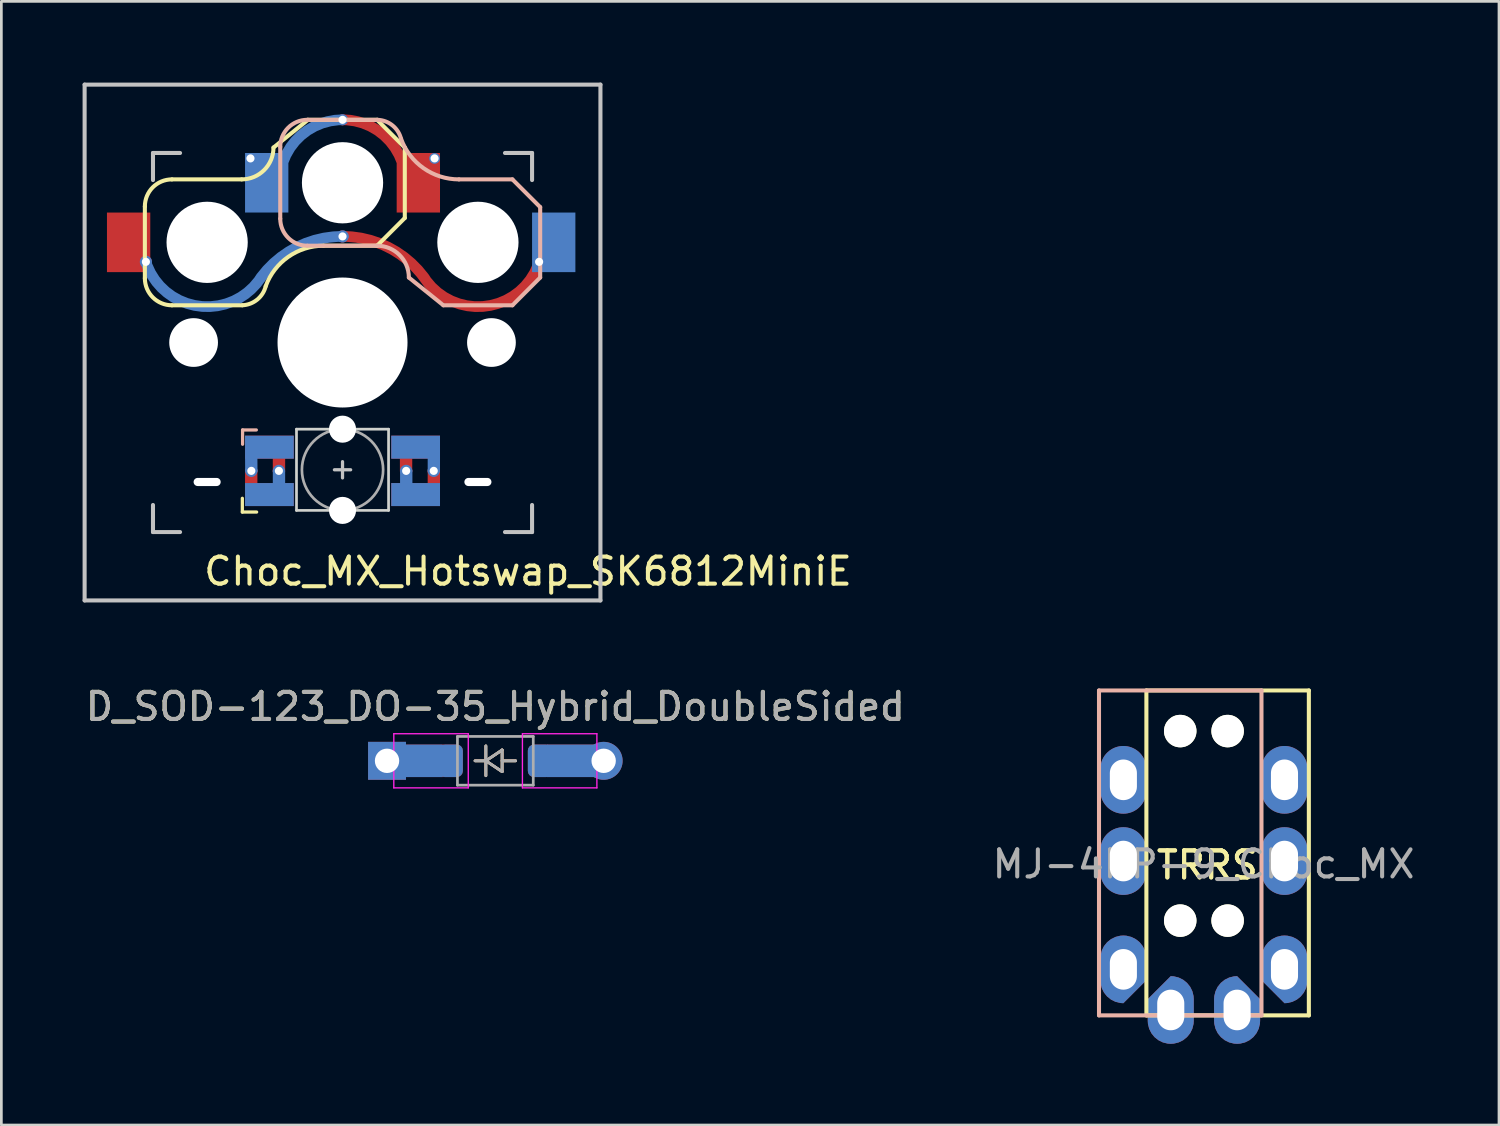
<source format=kicad_pcb>
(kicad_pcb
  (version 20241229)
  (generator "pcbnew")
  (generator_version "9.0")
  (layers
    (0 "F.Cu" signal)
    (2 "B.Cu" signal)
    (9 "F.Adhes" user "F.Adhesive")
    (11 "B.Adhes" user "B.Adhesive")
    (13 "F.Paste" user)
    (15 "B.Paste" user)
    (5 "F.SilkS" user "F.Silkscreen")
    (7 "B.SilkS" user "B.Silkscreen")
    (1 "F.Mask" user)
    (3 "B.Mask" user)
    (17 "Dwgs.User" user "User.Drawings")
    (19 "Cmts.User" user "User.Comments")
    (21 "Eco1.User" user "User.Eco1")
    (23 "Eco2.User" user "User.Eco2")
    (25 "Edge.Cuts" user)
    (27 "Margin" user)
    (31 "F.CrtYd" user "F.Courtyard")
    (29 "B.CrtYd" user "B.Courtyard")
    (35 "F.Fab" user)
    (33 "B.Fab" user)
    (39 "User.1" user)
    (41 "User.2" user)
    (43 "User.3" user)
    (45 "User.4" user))
  (footprint "D_SOD-123_DO-35_Hybrid_DoubleSided"
    (layer "F.Cu")
    (at 15.244 25.048)
    (property "Reference" "D_SOD-123_DO-35_Hybrid_DoubleSided" (at 0 -2 0) (layer "F.SilkS") (effects (font (size 1 1) (thickness 0.15))))
    (attr smd)
    (fp_line (start -0.75 0) (end -0.35 0) (stroke (width 0.1) (type solid)) (layer "F.SilkS"))
    (fp_line (start -0.35 0) (end -0.35 -0.55) (stroke (width 0.1) (type solid)) (layer "F.SilkS"))
    (fp_line (start -0.35 0) (end -0.35 0.55) (stroke (width 0.1) (type solid)) (layer "F.SilkS"))
    (fp_line (start -0.35 0) (end 0.25 -0.4) (stroke (width 0.1) (type solid)) (layer "F.SilkS"))
    (fp_line (start 0.25 -0.4) (end 0.25 0.4) (stroke (width 0.1) (type solid)) (layer "F.SilkS"))
    (fp_line (start 0.25 0) (end 0.75 0) (stroke (width 0.1) (type solid)) (layer "F.SilkS"))
    (fp_line (start 0.25 0.4) (end -0.35 0) (stroke (width 0.1) (type solid)) (layer "F.SilkS"))
    (fp_line (start -0.75 0) (end -0.35 0) (stroke (width 0.1) (type solid)) (layer "B.SilkS"))
    (fp_line (start -0.35 0) (end -0.35 -0.55) (stroke (width 0.1) (type solid)) (layer "B.SilkS"))
    (fp_line (start -0.35 0) (end -0.35 0.55) (stroke (width 0.1) (type solid)) (layer "B.SilkS"))
    (fp_line (start -0.35 0) (end 0.25 0.4) (stroke (width 0.1) (type solid)) (layer "B.SilkS"))
    (fp_line (start 0.25 -0.4) (end -0.35 0) (stroke (width 0.1) (type solid)) (layer "B.SilkS"))
    (fp_line (start 0.25 0) (end 0.75 0) (stroke (width 0.1) (type solid)) (layer "B.SilkS"))
    (fp_line (start 0.25 0.4) (end 0.25 -0.4) (stroke (width 0.1) (type solid)) (layer "B.SilkS"))
    (fp_line (start -3.75 -1) (end -3.75 1) (stroke (width 0.05) (type default)) (layer "F.CrtYd"))
    (fp_line (start -3.75 -1) (end -1 -1) (stroke (width 0.05) (type solid)) (layer "F.CrtYd"))
    (fp_line (start -1 -1) (end -1 1) (stroke (width 0.05) (type default)) (layer "F.CrtYd"))
    (fp_line (start -1 1) (end -3.75 1) (stroke (width 0.05) (type solid)) (layer "F.CrtYd"))
    (fp_line (start 1 -1) (end 1 1) (stroke (width 0.05) (type default)) (layer "F.CrtYd"))
    (fp_line (start 1 -1) (end 3.75 -1) (stroke (width 0.05) (type solid)) (layer "F.CrtYd"))
    (fp_line (start 3.75 -1) (end 3.75 1) (stroke (width 0.05) (type default)) (layer "F.CrtYd"))
    (fp_line (start 3.75 1) (end 1 1) (stroke (width 0.05) (type solid)) (layer "F.CrtYd"))
    (fp_line (start -1.4 -0.9) (end 1.4 -0.9) (stroke (width 0.1) (type solid)) (layer "F.Fab"))
    (fp_line (start -1.4 0.9) (end -1.4 -0.9) (stroke (width 0.1) (type solid)) (layer "F.Fab"))
    (fp_line (start -0.75 0) (end -0.35 0) (stroke (width 0.1) (type solid)) (layer "F.Fab"))
    (fp_line (start -0.35 0) (end -0.35 -0.55) (stroke (width 0.1) (type solid)) (layer "F.Fab"))
    (fp_line (start -0.35 0) (end -0.35 0.55) (stroke (width 0.1) (type solid)) (layer "F.Fab"))
    (fp_line (start -0.35 0) (end 0.25 -0.4) (stroke (width 0.1) (type solid)) (layer "F.Fab"))
    (fp_line (start 0.25 -0.4) (end 0.25 0.4) (stroke (width 0.1) (type solid)) (layer "F.Fab"))
    (fp_line (start 0.25 0) (end 0.75 0) (stroke (width 0.1) (type solid)) (layer "F.Fab"))
    (fp_line (start 0.25 0.4) (end -0.35 0) (stroke (width 0.1) (type solid)) (layer "F.Fab"))
    (fp_line (start 1.4 -0.9) (end 1.4 0.9) (stroke (width 0.1) (type solid)) (layer "F.Fab"))
    (fp_line (start 1.4 0.9) (end -1.4 0.9) (stroke (width 0.1) (type solid)) (layer "F.Fab"))
    (fp_text user "${REFERENCE}" (at 0 -2 0) (layer "F.Fab") (effects (font (size 1 1) (thickness 0.15))))
    (pad "1" thru_hole rect (at -4 0) (size 1.4 1.4) (drill 0.9) (layers "*.Cu" "*.Mask"))
    (pad "1" smd rect (at -2.75 0) (size 1.6 1.2) (layers "B.Cu"))
    (pad "1" smd rect (at -2.7 0) (size 1.6 1.2) (layers "F.Cu"))
    (pad "1" smd roundrect (at -1.65 0) (size 0.9 1.2) (layers "F.Cu" "F.Mask" "F.Paste") (roundrect_rratio 0.25))
    (pad "1" smd roundrect (at -1.65 0) (size 0.9 1.2) (layers "B.Cu" "B.Mask" "B.Paste") (roundrect_rratio 0.25))
    (pad "2" smd roundrect (at 1.65 0) (size 0.9 1.2) (layers "F.Cu" "F.Mask" "F.Paste") (roundrect_rratio 0.25))
    (pad "2" smd roundrect (at 1.65 0) (size 0.9 1.2) (layers "B.Cu" "B.Mask" "B.Paste") (roundrect_rratio 0.25))
    (pad "2" smd rect (at 2.96 0) (size 2.12 1.2) (layers "F.Cu"))
    (pad "2" smd rect (at 2.97 0) (size 2.14 1.2) (layers "B.Cu"))
    (pad "2" thru_hole circle (at 4 0) (size 1.4 1.4) (drill 0.9) (layers "*.Cu" "*.Mask")))
  (footprint "Choc_MX_Hotswap_SK6812MiniE"
    (layer "F.Cu")
    (at 9.6 9.6)
    (property "Reference" "Choc_MX_Hotswap_SK6812MiniE" (at 6.85 8.45 180) (layer "F.SilkS") (effects (font (size 1 1) (thickness 0.15))))
    (attr through_hole)
    (fp_poly (pts (xy -1.85 4.24) (xy -3.55 4.24) (xy -3.55 3.49) (xy -1.85 3.49)) (stroke (width 0.1) (type solid)) (fill yes) (layer "F.Mask"))
    (fp_poly (pts (xy 3.55 4.24) (xy 1.85 4.24) (xy 1.85 3.49) (xy 3.55 3.49)) (stroke (width 0.1) (type solid)) (fill yes) (layer "F.Mask"))
    (fp_poly (pts (xy 3.55 5.99) (xy 1.85 5.99) (xy 1.85 5.24) (xy 3.55 5.24)) (stroke (width 0.1) (type solid)) (fill yes) (layer "F.Mask"))
    (fp_poly (pts (xy -1.85 5.99) (xy -3.13 5.99) (xy -3.55 5.57) (xy -3.55 5.24) (xy -1.85 5.24)) (stroke (width 0.1) (type solid)) (fill yes) (layer "F.Mask"))
    (fp_poly (pts (xy -1.85 5.99) (xy -3.55 5.99) (xy -3.55 5.24) (xy -1.85 5.24)) (stroke (width 0.1) (type solid)) (fill yes) (layer "B.Mask"))
    (fp_poly (pts (xy 3.55 4.24) (xy 1.85 4.24) (xy 1.85 3.49) (xy 3.55 3.49)) (stroke (width 0.1) (type solid)) (fill yes) (layer "B.Mask"))
    (fp_poly (pts (xy 3.55 5.99) (xy 1.85 5.99) (xy 1.85 5.24) (xy 3.55 5.24)) (stroke (width 0.1) (type solid)) (fill yes) (layer "B.Mask"))
    (fp_poly (pts (xy -1.85 4.24) (xy -3.55 4.24) (xy -3.55 3.922) (xy -3.143 3.49) (xy -1.85 3.49)) (stroke (width 0.1) (type solid)) (fill yes) (layer "B.Mask"))
    (fp_line (start -7.3 -5.025) (end -7.3 -2.375) (stroke (width 0.15) (type solid)) (layer "F.SilkS"))
    (fp_line (start -6.3 -6.025) (end -3.725 -6.025) (stroke (width 0.15) (type solid)) (layer "F.SilkS"))
    (fp_line (start -6.3 -1.375) (end -3.7 -1.375) (stroke (width 0.15) (type solid)) (layer "F.SilkS"))
    (fp_line (start -3.7 5.753) (end -3.7 6.261) (stroke (width 0.12) (type solid)) (layer "F.SilkS"))
    (fp_line (start -3.7 6.261) (end -3.172 6.261) (stroke (width 0.12) (type solid)) (layer "F.SilkS"))
    (fp_line (start -1.275 -8.225) (end -2.55 -7.2) (stroke (width 0.15) (type solid)) (layer "F.SilkS"))
    (fp_line (start -1.275 -8.225) (end 1.275 -8.225) (stroke (width 0.15) (type solid)) (layer "F.SilkS"))
    (fp_line (start -0.7 -3.575) (end 1.275 -3.575) (stroke (width 0.15) (type solid)) (layer "F.SilkS"))
    (fp_line (start 2.3 -7.2) (end 1.275 -8.225) (stroke (width 0.15) (type solid)) (layer "F.SilkS"))
    (fp_line (start 2.3 -7.2) (end 2.3 -4.6) (stroke (width 0.15) (type solid)) (layer "F.SilkS"))
    (fp_line (start 2.3 -4.6) (end 1.275 -3.575) (stroke (width 0.15) (type solid)) (layer "F.SilkS"))
    (fp_arc (start -7.3 -5.025) (mid -7.007107 -5.732107) (end -6.3 -6.025) (stroke (width 0.15) (type solid)) (layer "F.SilkS"))
    (fp_arc (start -6.3 -1.375) (mid -7.007107 -1.667893) (end -7.3 -2.375) (stroke (width 0.15) (type solid)) (layer "F.SilkS"))
    (fp_arc (start -2.837801 -2.078096) (mid -3.151716 -1.583979) (end -3.699005 -1.376209) (stroke (width 0.15) (type solid)) (layer "F.SilkS"))
    (fp_arc (start -2.837801 -2.078096) (mid -2.004887 -3.163571) (end -0.7 -3.575) (stroke (width 0.15) (type solid)) (layer "F.SilkS"))
    (fp_arc (start -2.55 -7.2) (mid -2.89415 -6.36915) (end -3.725 -6.025) (stroke (width 0.15) (type solid)) (layer "F.SilkS"))
    (fp_line (start -3.691 3.229) (end -3.691 3.757) (stroke (width 0.12) (type solid)) (layer "B.SilkS"))
    (fp_line (start -3.183 3.229) (end -3.691 3.229) (stroke (width 0.12) (type solid)) (layer "B.SilkS"))
    (fp_line (start -2.3 -4.575) (end -2.3 -7.225) (stroke (width 0.15) (type solid)) (layer "B.SilkS"))
    (fp_line (start -1.3 -8.225) (end 1.3 -8.225) (stroke (width 0.15) (type solid)) (layer "B.SilkS"))
    (fp_line (start -1.3 -3.575) (end 1.275 -3.575) (stroke (width 0.15) (type solid)) (layer "B.SilkS"))
    (fp_line (start 3.725 -1.375) (end 2.45 -2.4) (stroke (width 0.15) (type solid)) (layer "B.SilkS"))
    (fp_line (start 3.725 -1.375) (end 6.275 -1.375) (stroke (width 0.15) (type solid)) (layer "B.SilkS"))
    (fp_line (start 4.3 -6.025) (end 6.275 -6.025) (stroke (width 0.15) (type solid)) (layer "B.SilkS"))
    (fp_line (start 7.3 -5) (end 6.275 -6.025) (stroke (width 0.15) (type solid)) (layer "B.SilkS"))
    (fp_line (start 7.3 -2.4) (end 6.275 -1.375) (stroke (width 0.15) (type solid)) (layer "B.SilkS"))
    (fp_line (start 7.3 -2.4) (end 7.3 -5) (stroke (width 0.15) (type solid)) (layer "B.SilkS"))
    (fp_arc (start -2.3 -7.225) (mid -2.007107 -7.932107) (end -1.3 -8.225) (stroke (width 0.15) (type solid)) (layer "B.SilkS"))
    (fp_arc (start -1.3 -3.575) (mid -2.007107 -3.867893) (end -2.3 -4.575) (stroke (width 0.15) (type solid)) (layer "B.SilkS"))
    (fp_arc (start 1.275 -3.575) (mid 2.10585 -3.23085) (end 2.45 -2.4) (stroke (width 0.15) (type solid)) (layer "B.SilkS"))
    (fp_arc (start 1.300995 -8.223791) (mid 1.848284 -8.016021) (end 2.162199 -7.521904) (stroke (width 0.15) (type solid)) (layer "B.SilkS"))
    (fp_arc (start 4.3 -6.025) (mid 2.995114 -6.436429) (end 2.162199 -7.521904) (stroke (width 0.15) (type solid)) (layer "B.SilkS"))
    (fp_line (start -9.525 -9.525) (end 9.525 -9.525) (stroke (width 0.15) (type solid)) (layer "Dwgs.User"))
    (fp_line (start -9.525 9.525) (end -9.525 -9.525) (stroke (width 0.15) (type solid)) (layer "Dwgs.User"))
    (fp_line (start -7 -7) (end -7 -6) (stroke (width 0.15) (type solid)) (layer "Dwgs.User"))
    (fp_line (start -7 6) (end -7 7) (stroke (width 0.15) (type solid)) (layer "Dwgs.User"))
    (fp_line (start -7 7) (end -6 7) (stroke (width 0.15) (type solid)) (layer "Dwgs.User"))
    (fp_line (start -6 -7) (end -7 -7) (stroke (width 0.15) (type solid)) (layer "Dwgs.User"))
    (fp_line (start 0 4.4) (end 0 5) (stroke (width 0.12) (type solid)) (layer "Dwgs.User"))
    (fp_line (start 0.3 4.7) (end -0.3 4.7) (stroke (width 0.12) (type solid)) (layer "Dwgs.User"))
    (fp_line (start 6 -7) (end 7 -7) (stroke (width 0.15) (type solid)) (layer "Dwgs.User"))
    (fp_line (start 7 -7) (end 7 -6) (stroke (width 0.15) (type solid)) (layer "Dwgs.User"))
    (fp_line (start 7 6) (end 7 7) (stroke (width 0.15) (type solid)) (layer "Dwgs.User"))
    (fp_line (start 7 7) (end 6 7) (stroke (width 0.15) (type solid)) (layer "Dwgs.User"))
    (fp_line (start 9.525 -9.525) (end 9.525 9.525) (stroke (width 0.15) (type solid)) (layer "Dwgs.User"))
    (fp_line (start 9.525 9.525) (end -9.525 9.525) (stroke (width 0.15) (type solid)) (layer "Dwgs.User"))
    (fp_line (start -1.7 3.2) (end -1.7 6.2) (stroke (width 0.1) (type solid)) (layer "Edge.Cuts"))
    (fp_line (start -1.7 3.2) (end 1.7 3.2) (stroke (width 0.1) (type solid)) (layer "Edge.Cuts"))
    (fp_line (start -1.7 6.2) (end 1.7 6.2) (stroke (width 0.1) (type solid)) (layer "Edge.Cuts"))
    (fp_line (start 1.7 6.2) (end 1.7 3.2) (stroke (width 0.1) (type solid)) (layer "Edge.Cuts"))
    (fp_circle (center 0 4.7) (end 0 6.2) (stroke (width 0.1) (type solid)) (fill no) (layer "F.Fab"))
    (pad "" np_thru_hole circle (at -5.5 0 270) (size 1.8 1.8) (drill 1.8) (layers "*.Cu" "*.Mask"))
    (pad "" np_thru_hole circle (at -5 -3.7 90) (size 3 3) (drill 3) (layers "*.Cu" "*.Mask"))
    (pad "" np_thru_hole oval (at -5 5.15) (size 1 0.3) (drill oval 1 0.3) (layers "*.Cu"))
    (pad "" np_thru_hole circle (at 0 -5.9 270) (size 3 3) (drill 3) (layers "*.Cu" "*.Mask"))
    (pad "" np_thru_hole circle (at 0 0 270) (size 4.8 4.8) (drill 4.8) (layers "*.Cu" "*.Mask"))
    (pad "" np_thru_hole circle (at 0 3.2) (size 1 1) (drill 1) (layers "*.Cu" "*.Mask"))
    (pad "" np_thru_hole circle (at 0 6.2) (size 1 1) (drill 1) (layers "*.Cu" "*.Mask"))
    (pad "" np_thru_hole circle (at 5 -3.7 270) (size 3 3) (drill 3) (layers "*.Cu" "*.Mask"))
    (pad "" np_thru_hole oval (at 5 5.15) (size 1 0.3) (drill oval 1 0.3) (layers "*.Cu"))
    (pad "" np_thru_hole circle (at 5.5 0 270) (size 1.8 1.8) (drill 1.8) (layers "*.Cu" "*.Mask"))
    (pad "1" thru_hole circle (at 2.35 4.74) (size 0.45 0.45) (drill 0.3) (layers "*.Cu"))
    (pad "1" smd custom (at 2.7 3.865 180) (size 1.8 0.85) (layers "F.Cu") (options (anchor rect)) (primitives (gr_poly (pts (xy 0.531 -0.275) (xy 0.175 -0.275) (xy 0.175 -0.898) (xy 0.531 -0.898)) (width 0.1) (fill yes))))
    (pad "1" smd custom (at 2.7 5.615 180) (size 1.8 0.85) (layers "B.Cu") (options (anchor rect)) (primitives (gr_poly (pts (xy 0.525 0.896) (xy 0.169 0.896) (xy 0.169 0.325) (xy 0.525 0.325)) (width 0.1) (fill yes))))
    (pad "2" smd custom (at 2.7 3.865) (size 1.8 0.85) (layers "B.Cu") (options (anchor rect)) (primitives (gr_poly (pts (xy 0.85 0.888) (xy 0.495 0.888) (xy 0.495 0.325) (xy 0.85 0.325)) (width 0.1) (fill yes))))
    (pad "2" smd custom (at 2.7 5.615) (size 1.8 0.85) (layers "F.Cu") (options (anchor rect)) (primitives (gr_poly (pts (xy 0.85 -0.296) (xy 0.495 -0.296) (xy 0.495 -0.869) (xy 0.85 -0.869)) (width 0.1) (fill yes))))
    (pad "2" thru_hole circle (at 3.368 4.74) (size 0.45 0.45) (drill 0.3) (layers "*.Cu"))
    (pad "3" thru_hole circle (at -3.368 4.74) (size 0.45 0.45) (drill 0.3) (layers "*.Cu"))
    (pad "3" smd custom (at -2.7 3.865) (size 1.8 0.85) (layers "B.Cu") (options (anchor rect)) (primitives (gr_poly (pts (xy -0.49 0.888) (xy -0.846 0.888) (xy -0.85 0.325) (xy -0.494 0.325)) (width 0.1) (fill yes))))
    (pad "3" smd custom (at -2.7 5.615) (size 1.8 0.85) (layers "F.Cu") (options (anchor rect)) (primitives (gr_poly (pts (xy -0.494 -0.354) (xy -0.85 -0.354) (xy -0.85 -0.887) (xy -0.494 -0.887)) (width 0.1) (fill yes))))
    (pad "4" smd custom (at -2.7 3.865 180) (size 1.8 0.85) (layers "F.Cu") (options (anchor rect)) (primitives (gr_poly (pts (xy -0.175 -0.175) (xy -0.531 -0.178) (xy -0.531 -0.903) (xy -0.175 -0.906)) (width 0.1) (fill yes))))
    (pad "4" smd custom (at -2.7 5.615 180) (size 1.8 0.85) (layers "B.Cu") (options (anchor rect)) (primitives (gr_poly (pts (xy -0.175 0.886) (xy -0.531 0.886) (xy -0.531 0.175) (xy -0.175 0.175)) (width 0.1) (fill yes))))
    (pad "4" thru_hole circle (at -2.35 4.74) (size 0.45 0.45) (drill 0.3) (layers "*.Cu"))
    (pad "5" thru_hole circle (at -3.4 -6.8) (size 0.4 0.4) (drill 0.3) (layers "*.Cu"))
    (pad "5" smd custom (at -2.8 -5.9) (size 1.6 2.2) (layers "B.Cu" "B.Mask" "B.Paste") (options (anchor rect)) (primitives (gr_arc (start 0.475 0) (mid 1.155977 -1.644023) (end 2.8 -2.325) (width 0.4))))
    (pad "5" thru_hole circle (at -0.000002 -8.225) (size 0.4 0.4) (drill 0.3) (layers "*.Cu"))
    (pad "5" smd custom (at 2.8 -5.9) (size 1.6 2.2) (layers "F.Cu" "F.Mask" "F.Paste") (options (anchor rect)) (primitives (gr_arc (start -2.8 -2.325) (mid -1.155977 -1.644023) (end -0.475 0) (width 0.4))))
    (pad "5" thru_hole circle (at 3.4 -6.8) (size 0.4 0.4) (drill 0.3) (layers "*.Cu"))
    (pad "6" smd rect (at -7.9 -3.7) (size 1.6 2.2) (layers "F.Cu" "F.Mask" "F.Paste"))
    (pad "6" thru_hole circle (at -7.262 -2.98) (size 0.45 0.45) (drill 0.3) (layers "*.Cu"))
    (pad "6" smd custom (at 0 -3.919 90) (size 0.4 0.4) (layers "F.Cu") (options (anchor circle)) (primitives (gr_arc (start -0.000078 -0.02421) (mid -0.390502 1.666215) (end -1.5 3) (width 0.4)) (gr_arc (start -0.938129 7.261659) (mid -2.570636 5.321832) (end -1.519465 3.014659) (width 0.4)) (gr_arc (start -0.000003 0) (mid -0.401343 1.687967) (end -1.519465 3.014658) (width 0.4))))
    (pad "6" smd custom (at 0 -3.919 270) (size 0.4 0.4) (layers "B.Cu") (options (anchor circle)) (primitives (gr_arc (start 1.5 3) (mid 0.390502 1.666215) (end 0.000078 -0.02421) (width 0.4)) (gr_arc (start 1.519465 3.014659) (mid 2.570636 5.321832) (end 0.938129 7.261659) (width 0.4)) (gr_arc (start 1.519465 3.014658) (mid 0.401343 1.687967) (end 0.000003 0) (width 0.4))))
    (pad "6" thru_hole circle (at 0 -3.919) (size 0.45 0.45) (drill 0.3) (layers "*.Cu"))
    (pad "6" thru_hole circle (at 7.26 -2.98) (size 0.45 0.45) (drill 0.3) (layers "*.Cu"))
    (pad "6" smd rect (at 7.8 -3.7) (size 1.6 2.2) (layers "B.Cu" "B.Mask" "B.Paste")))
  (footprint "MJ-4PP-9_Choc_MX"
    (layer "F.Cu")
    (at 42.288 22.45)
    (property "Reference" "MJ-4PP-9_Choc_MX" (at -0.889 6.413 0) (layer "F.Fab") (effects (font (size 1 1) (thickness 0.15))))
    (attr through_hole)
    (fp_line (start -3 0) (end 3 0) (stroke (width 0.15) (type solid)) (layer "F.SilkS"))
    (fp_line (start -3 12) (end -3 0) (stroke (width 0.15) (type solid)) (layer "F.SilkS"))
    (fp_line (start 3 0) (end 3 12) (stroke (width 0.15) (type solid)) (layer "F.SilkS"))
    (fp_line (start 3 12) (end -3 12) (stroke (width 0.15) (type solid)) (layer "F.SilkS"))
    (fp_line (start -4.75 0) (end 1.25 0) (stroke (width 0.15) (type solid)) (layer "B.SilkS"))
    (fp_line (start -4.75 12) (end -4.75 0) (stroke (width 0.15) (type solid)) (layer "B.SilkS"))
    (fp_line (start 1.25 0) (end 1.25 12) (stroke (width 0.15) (type solid)) (layer "B.SilkS"))
    (fp_line (start 1.25 12) (end -4.75 12) (stroke (width 0.15) (type solid)) (layer "B.SilkS"))
    (fp_text user "TRRS" (at -0.75 6.45 0) (layer "F.SilkS") (effects (font (size 1 1) (thickness 0.15))))
    (fp_text user "TRRS" (at -0.75 6.45 0) (layer "F.SilkS") (effects (font (size 1 1) (thickness 0.15))))
    (pad "" np_thru_hole circle (at -1.75 1.5) (size 1.2 1.2) (drill 1.2) (layers "*.Cu" "*.Mask" "F.SilkS"))
    (pad "" np_thru_hole circle (at -1.75 8.5) (size 1.2 1.2) (drill 1.2) (layers "*.Cu" "*.Mask" "F.SilkS"))
    (pad "" np_thru_hole circle (at 0 1.5) (size 1.2 1.2) (drill 1.2) (layers "*.Cu" "*.Mask" "F.SilkS"))
    (pad "" np_thru_hole circle (at 0 8.5) (size 1.2 1.2) (drill 1.2) (layers "*.Cu" "*.Mask" "F.SilkS"))
    (pad "1" thru_hole roundrect (at -3.85 10.3) (size 1.7 2.5) (drill oval 1 1.5) (layers "*.Cu" "F.Mask") (roundrect_rratio 0.5) (chamfer_ratio 0.5) (chamfer bottom_right))
    (pad "1" thru_hole roundrect (at 2.1 10.3) (size 1.7 2.5) (drill oval 1 1.5) (layers "*.Cu" "B.Mask") (roundrect_rratio 0.5) (chamfer_ratio 0.5) (chamfer bottom_left))
    (pad "2" thru_hole oval (at -3.85 6.3) (size 1.7 2.5) (drill oval 1 1.5) (layers "*.Cu" "F.Mask"))
    (pad "2" thru_hole oval (at 2.1 6.3) (size 1.7 2.5) (drill oval 1 1.5) (layers "*.Cu" "B.Mask"))
    (pad "3" thru_hole oval (at -3.85 3.3) (size 1.7 2.5) (drill oval 1 1.5) (layers "*.Cu" "F.Mask"))
    (pad "3" thru_hole oval (at 2.1 3.3) (size 1.7 2.5) (drill oval 1 1.5) (layers "*.Cu" "B.Mask"))
    (pad "4" thru_hole roundrect (at -2.1 11.8) (size 1.7 2.5) (drill oval 1 1.5) (layers "*.Cu" "B.Mask") (roundrect_rratio 0.5) (chamfer_ratio 0.5) (chamfer top_left))
    (pad "4" thru_hole roundrect (at 0.35 11.8) (size 1.7 2.5) (drill oval 1 1.5) (layers "*.Cu" "F.Mask") (roundrect_rratio 0.5) (chamfer_ratio 0.5) (chamfer top_right)))
  (gr_rect
    (start -3 -3)
    (end 52.31 38.5)
    (stroke (width 0.1) (type default))
    (fill no)
    (layer "Edge.Cuts")))
</source>
